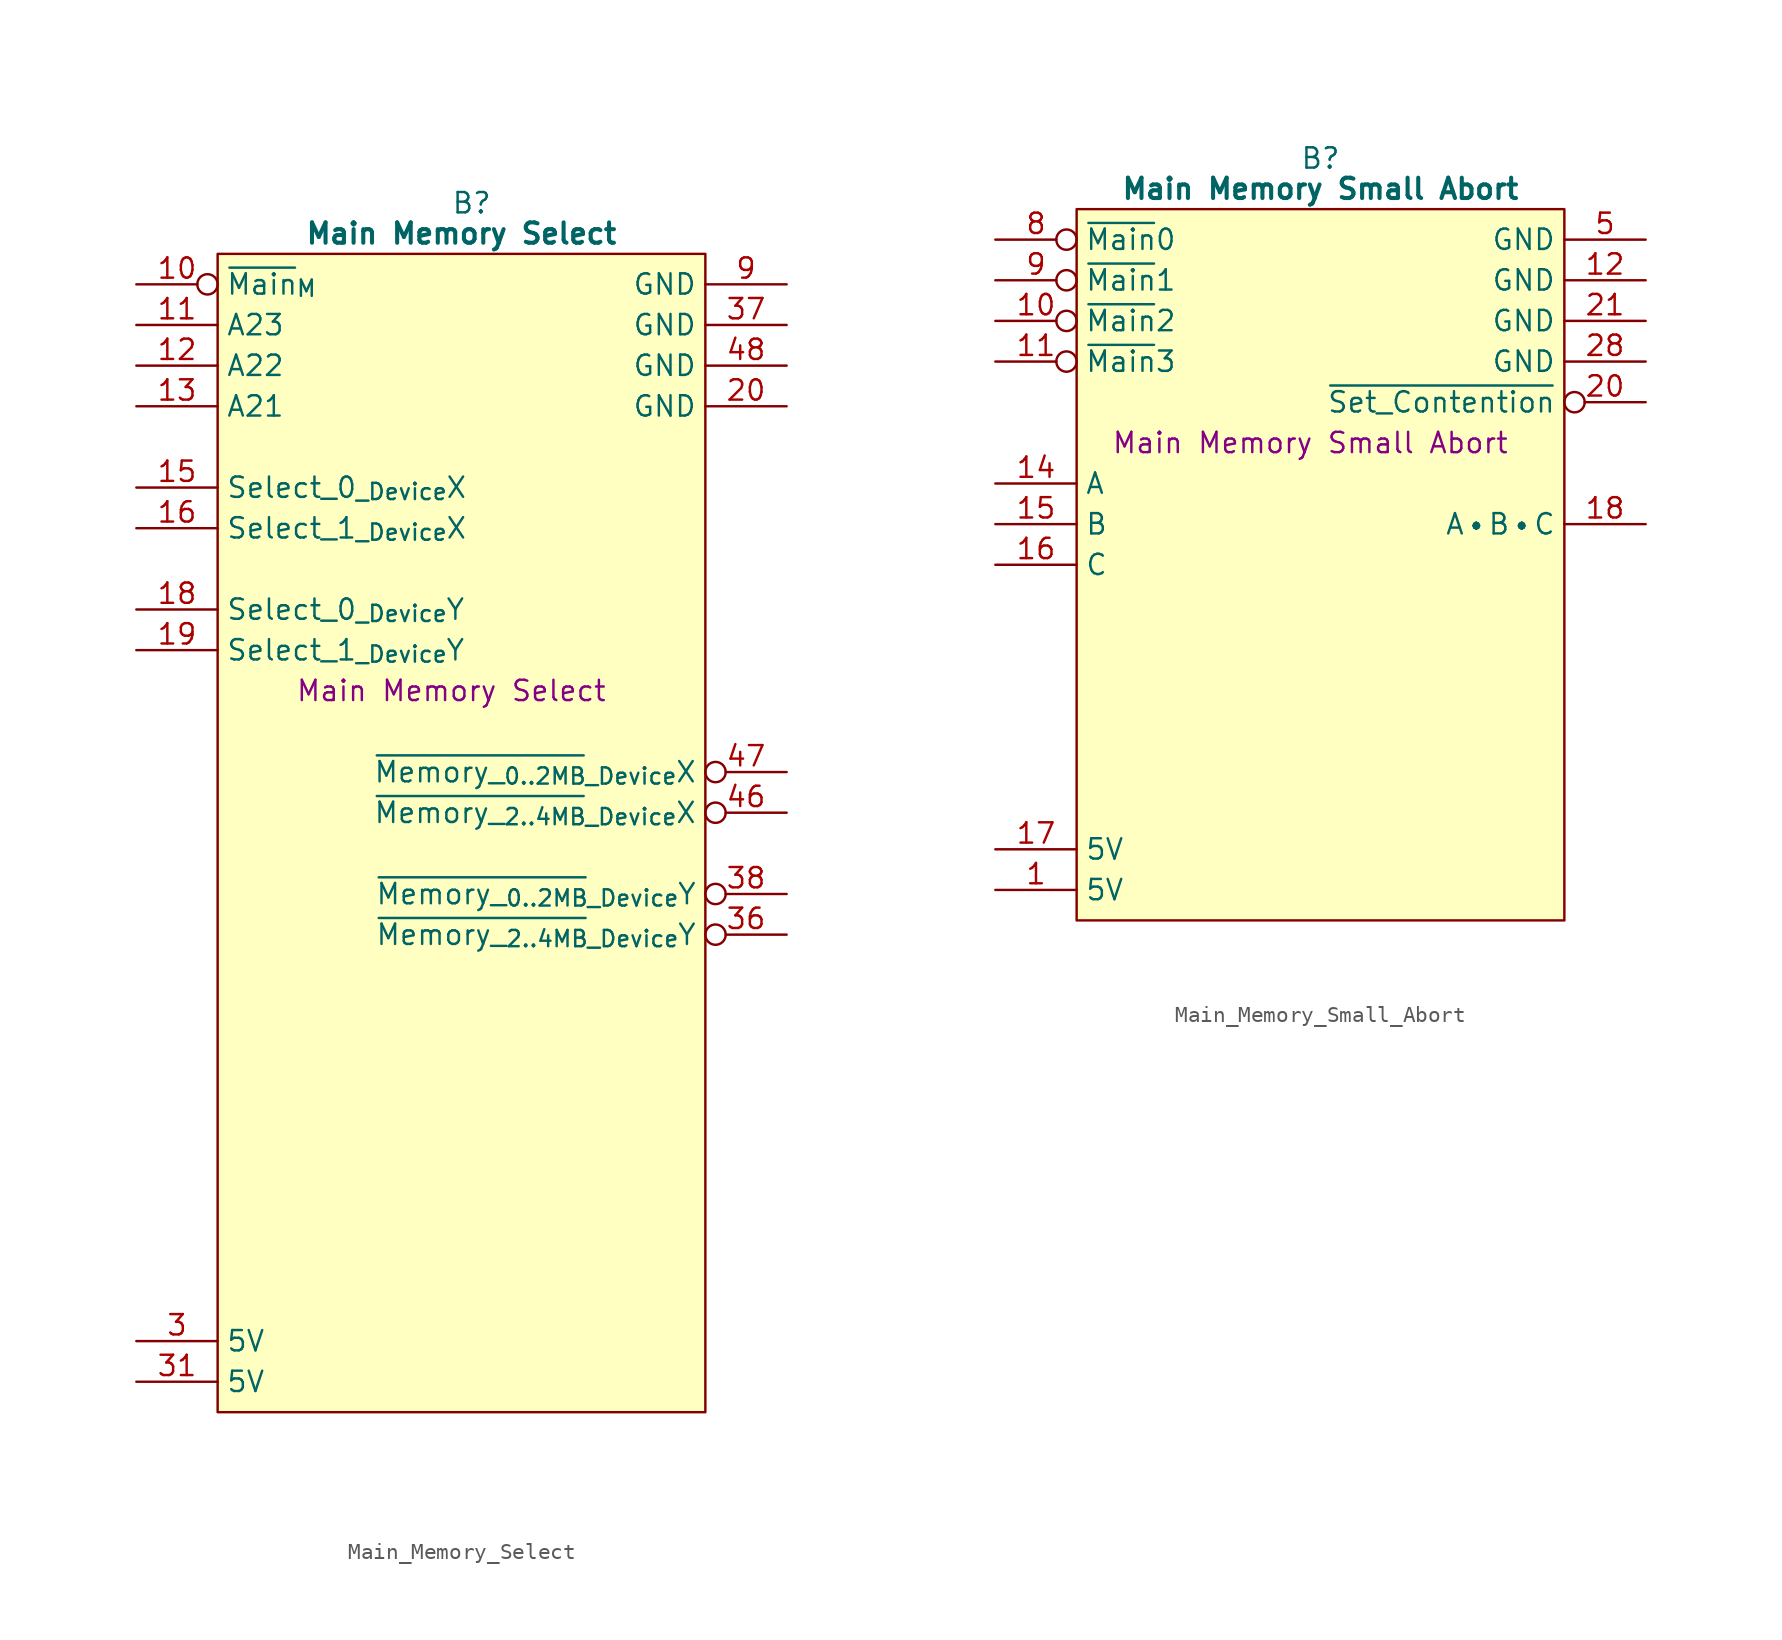
<source format=kicad_sym>
(kicad_symbol_lib
  (version 20241209)
  (generator "kicad_symbol_editor")
  (generator_version "9.0")
  (symbol "Main_Memory_Select"
    (property "Reference" "B"
      (at 15.875 5.08 0)
      (effects (font (size 1.27 1.27))))
    (property "Value" "Main Memory Select"
      (at 15.24 3.175 0)
      (effects (font (size 1.27 1.27) (bold yes))))
    (property "Description" "Main Memory Select"
      (at 14.605 -25.4 0)
      (effects (font (size 1.27 1.27))))
    (symbol "Main_Memory_Select_0_1"
      (polyline (pts (xy 0 1.905) (xy 30.48 1.905) (xy 30.48 -70.485) (xy 0 -70.485) (xy 0 1.905)) (stroke (width 0.152) (type default)) (fill (type background))))
    (symbol "Main_Memory_Select_1_0"
      (pin no_connect line (at -5.08 -10.16 0) (length 5.08) (hide yes) (name "N.C." (effects (font (size 1.27 1.27)))) (number "33" (effects (font (size 1.27 1.27)))))
      (pin no_connect line (at -5.08 -17.78 0) (length 5.08) (hide yes) (name "N.C." (effects (font (size 1.27 1.27)))) (number "32" (effects (font (size 1.27 1.27)))))
      (pin passive line (at 35.56 -2.54 180) (length 5.08) (name "GND" (effects (font (size 1.27 1.27)))) (number "37" (effects (font (size 1.27 1.27)))))
      (pin no_connect line (at 35.56 -17.78 180) (length 5.08) (hide yes) (name "N.C." (effects (font (size 1.27 1.27)))) (number "34" (effects (font (size 1.27 1.27)))))
      (pin no_connect line (at 35.56 -20.32 180) (length 5.08) (hide yes) (name "N.C." (effects (font (size 1.27 1.27)))) (number "54" (effects (font (size 1.27 1.27)))))
      (pin no_connect line (at 35.56 -22.86 180) (length 5.08) (hide yes) (name "N.C." (effects (font (size 1.27 1.27)))) (number "56" (effects (font (size 1.27 1.27)))))
      (pin output inverted (at 35.56 -38.1 180) (length 5.08) (name "~{Memory__{0..2MB}}_{_Device}Y" (effects (font (size 1.27 1.27)))) (number "38" (effects (font (size 1.27 1.27)))))
      (pin output inverted (at 35.56 -40.64 180) (length 5.08) (name "~{Memory__{2..4MB}}_{_Device}Y" (effects (font (size 1.27 1.27)))) (number "36" (effects (font (size 1.27 1.27)))))
      (pin no_connect line (at 35.56 -43.18 180) (length 5.08) (hide yes) (name "N.C." (effects (font (size 1.27 1.27)))) (number "39" (effects (font (size 1.27 1.27)))))
      (pin no_connect line (at 35.56 -50.8 180) (length 5.08) (hide yes) (name "N.C." (effects (font (size 1.27 1.27)))) (number "45" (effects (font (size 1.27 1.27))))))
    (symbol "Main_Memory_Select_1_1"
      (pin input inverted (at -5.08 0 0) (length 5.08) (name "~{Main}_{M}" (effects (font (size 1.27 1.27)))) (number "10" (effects (font (size 1.27 1.27)))))
      (pin input line (at -5.08 -2.54 0) (length 5.08) (name "A23" (effects (font (size 1.27 1.27)))) (number "11" (effects (font (size 1.27 1.27)))))
      (pin input line (at -5.08 -5.08 0) (length 5.08) (name "A22" (effects (font (size 1.27 1.27)))) (number "12" (effects (font (size 1.27 1.27)))))
      (pin input line (at -5.08 -7.62 0) (length 5.08) (name "A21" (effects (font (size 1.27 1.27)))) (number "13" (effects (font (size 1.27 1.27)))))
      (pin input line (at -5.08 -12.7 0) (length 5.08) (name "Select_0_{_Device}X" (effects (font (size 1.27 1.27)))) (number "15" (effects (font (size 1.27 1.27)))))
      (pin input line (at -5.08 -15.24 0) (length 5.08) (name "Select_1_{_Device}X" (effects (font (size 1.27 1.27)))) (number "16" (effects (font (size 1.27 1.27)))))
      (pin input line (at -5.08 -20.32 0) (length 5.08) (name "Select_0_{_Device}Y" (effects (font (size 1.27 1.27)))) (number "18" (effects (font (size 1.27 1.27)))))
      (pin input line (at -5.08 -22.86 0) (length 5.08) (name "Select_1_{_Device}Y" (effects (font (size 1.27 1.27)))) (number "19" (effects (font (size 1.27 1.27)))))
      (pin no_connect line (at -5.08 -25.4 0) (length 5.08) (hide yes) (name "N.C." (effects (font (size 1.27 1.27)))) (number "1" (effects (font (size 1.27 1.27)))))
      (pin no_connect line (at -5.08 -27.94 0) (length 5.08) (hide yes) (name "N.C." (effects (font (size 1.27 1.27)))) (number "2" (effects (font (size 1.27 1.27)))))
      (pin no_connect line (at -5.08 -30.48 0) (length 5.08) (hide yes) (name "N.C." (effects (font (size 1.27 1.27)))) (number "4" (effects (font (size 1.27 1.27)))))
      (pin no_connect line (at -5.08 -33.02 0) (length 5.08) (hide yes) (name "N.C." (effects (font (size 1.27 1.27)))) (number "5" (effects (font (size 1.27 1.27)))))
      (pin no_connect line (at -5.08 -35.56 0) (length 5.08) (hide yes) (name "N.C." (effects (font (size 1.27 1.27)))) (number "6" (effects (font (size 1.27 1.27)))))
      (pin no_connect line (at -5.08 -38.1 0) (length 5.08) (hide yes) (name "N.C." (effects (font (size 1.27 1.27)))) (number "7" (effects (font (size 1.27 1.27)))))
      (pin no_connect line (at -5.08 -40.64 0) (length 5.08) (hide yes) (name "N.C." (effects (font (size 1.27 1.27)))) (number "8" (effects (font (size 1.27 1.27)))))
      (pin no_connect line (at -5.08 -43.18 0) (length 5.08) (hide yes) (name "N.C." (effects (font (size 1.27 1.27)))) (number "14" (effects (font (size 1.27 1.27)))))
      (pin no_connect line (at -5.08 -45.72 0) (length 5.08) (hide yes) (name "N.C." (effects (font (size 1.27 1.27)))) (number "17" (effects (font (size 1.27 1.27)))))
      (pin no_connect line (at -5.08 -48.26 0) (length 5.08) (hide yes) (name "N.C." (effects (font (size 1.27 1.27)))) (number "21" (effects (font (size 1.27 1.27)))))
      (pin no_connect line (at -5.08 -50.8 0) (length 5.08) (hide yes) (name "N.C." (effects (font (size 1.27 1.27)))) (number "22" (effects (font (size 1.27 1.27)))))
      (pin no_connect line (at -5.08 -53.34 0) (length 5.08) (hide yes) (name "N.C." (effects (font (size 1.27 1.27)))) (number "24" (effects (font (size 1.27 1.27)))))
      (pin no_connect line (at -5.08 -55.88 0) (length 5.08) (hide yes) (name "N.C." (effects (font (size 1.27 1.27)))) (number "25" (effects (font (size 1.27 1.27)))))
      (pin no_connect line (at -5.08 -58.42 0) (length 5.08) (hide yes) (name "N.C." (effects (font (size 1.27 1.27)))) (number "26" (effects (font (size 1.27 1.27)))))
      (pin no_connect line (at -5.08 -60.96 0) (length 5.08) (hide yes) (name "N.C." (effects (font (size 1.27 1.27)))) (number "27" (effects (font (size 1.27 1.27)))))
      (pin no_connect line (at -5.08 -63.5 0) (length 5.08) (hide yes) (name "N.C." (effects (font (size 1.27 1.27)))) (number "28" (effects (font (size 1.27 1.27)))))
      (pin passive line (at -5.08 -66.04 0) (length 5.08) (name "5V" (effects (font (size 1.27 1.27)))) (number "3" (effects (font (size 1.27 1.27)))))
      (pin passive line (at -5.08 -68.58 0) (length 5.08) (name "5V" (effects (font (size 1.27 1.27)))) (number "31" (effects (font (size 1.27 1.27)))))
      (pin passive line (at 35.56 0 180) (length 5.08) (name "GND" (effects (font (size 1.27 1.27)))) (number "9" (effects (font (size 1.27 1.27)))))
      (pin passive line (at 35.56 -5.08 180) (length 5.08) (name "GND" (effects (font (size 1.27 1.27)))) (number "48" (effects (font (size 1.27 1.27)))))
      (pin passive line (at 35.56 -7.62 180) (length 5.08) (name "GND" (effects (font (size 1.27 1.27)))) (number "20" (effects (font (size 1.27 1.27)))))
      (pin no_connect line (at 35.56 -10.16 180) (length 5.08) (hide yes) (name "N.C." (effects (font (size 1.27 1.27)))) (number "23" (effects (font (size 1.27 1.27)))))
      (pin no_connect line (at 35.56 -12.7 180) (length 5.08) (hide yes) (name "N.C." (effects (font (size 1.27 1.27)))) (number "42" (effects (font (size 1.27 1.27)))))
      (pin no_connect line (at 35.56 -15.24 180) (length 5.08) (hide yes) (name "N.C." (effects (font (size 1.27 1.27)))) (number "55" (effects (font (size 1.27 1.27)))))
      (pin no_connect line (at 35.56 -25.4 180) (length 5.08) (hide yes) (name "N.C." (effects (font (size 1.27 1.27)))) (number "41" (effects (font (size 1.27 1.27)))))
      (pin no_connect line (at 35.56 -27.94 180) (length 5.08) (hide yes) (name "N.C." (effects (font (size 1.27 1.27)))) (number "43" (effects (font (size 1.27 1.27)))))
      (pin output inverted (at 35.56 -30.48 180) (length 5.08) (name "~{Memory__{0..2MB}}_{_Device}X" (effects (font (size 1.27 1.27)))) (number "47" (effects (font (size 1.27 1.27)))))
      (pin output inverted (at 35.56 -33.02 180) (length 5.08) (name "~{Memory__{2..4MB}}_{_Device}X" (effects (font (size 1.27 1.27)))) (number "46" (effects (font (size 1.27 1.27)))))
      (pin no_connect line (at 35.56 -35.56 180) (length 5.08) (hide yes) (name "N.C." (effects (font (size 1.27 1.27)))) (number "35" (effects (font (size 1.27 1.27)))))
      (pin no_connect line (at 35.56 -45.72 180) (length 5.08) (hide yes) (name "N.C." (effects (font (size 1.27 1.27)))) (number "40" (effects (font (size 1.27 1.27)))))
      (pin no_connect line (at 35.56 -48.26 180) (length 5.08) (hide yes) (name "N.C." (effects (font (size 1.27 1.27)))) (number "44" (effects (font (size 1.27 1.27)))))
      (pin no_connect line (at 35.56 -53.34 180) (length 5.08) (hide yes) (name "N.C." (effects (font (size 1.27 1.27)))) (number "49" (effects (font (size 1.27 1.27)))))
      (pin no_connect line (at 35.56 -55.88 180) (length 5.08) (hide yes) (name "N.C." (effects (font (size 1.27 1.27)))) (number "50" (effects (font (size 1.27 1.27)))))
      (pin no_connect line (at 35.56 -58.42 180) (length 5.08) (hide yes) (name "N.C." (effects (font (size 1.27 1.27)))) (number "51" (effects (font (size 1.27 1.27)))))
      (pin no_connect line (at 35.56 -60.96 180) (length 5.08) (hide yes) (name "N.C." (effects (font (size 1.27 1.27)))) (number "52" (effects (font (size 1.27 1.27)))))
      (pin no_connect line (at 35.56 -63.5 180) (length 5.08) (hide yes) (name "N.C." (effects (font (size 1.27 1.27)))) (number "53" (effects (font (size 1.27 1.27)))))
      (pin no_connect line (at 35.56 -66.04 180) (length 5.08) (hide yes) (name "N.C." (effects (font (size 1.27 1.27)))) (number "29" (effects (font (size 1.27 1.27)))))
      (pin no_connect line (at 35.56 -68.58 180) (length 5.08) (hide yes) (name "N.C." (effects (font (size 1.27 1.27)))) (number "30" (effects (font (size 1.27 1.27)))))))
  (symbol "Main_Memory_Small_Abort"
    (property "Reference" "B"
      (at 15.24 5.08 0)
      (effects (font (size 1.27 1.27))))
    (property "Value" "Main Memory Small Abort"
      (at 15.24 3.175 0)
      (effects (font (size 1.27 1.27) (bold yes))))
    (property "Description" "Main Memory Small Abort"
      (at 14.605 -12.7 0)
      (effects (font (size 1.27 1.27))))
    (symbol "Main_Memory_Small_Abort_0_1"
      (polyline (pts (xy 0 1.905) (xy 30.48 1.905) (xy 30.48 -42.545) (xy 0 -42.545) (xy 0 1.905)) (stroke (width 0.152) (type default)) (fill (type background))))
    (symbol "Main_Memory_Small_Abort_1_0"
      (pin no_connect line (at 35.56 -40.64 180) (length 5.08) (hide yes) (name "N.C." (effects (font (size 1.27 1.27)))) (number "32" (effects (font (size 1.27 1.27))))))
    (symbol "Main_Memory_Small_Abort_1_1"
      (pin input inverted (at -5.08 0 0) (length 5.08) (name "~{Main}0" (effects (font (size 1.27 1.27)))) (number "8" (effects (font (size 1.27 1.27)))))
      (pin input inverted (at -5.08 -2.54 0) (length 5.08) (name "~{Main}1" (effects (font (size 1.27 1.27)))) (number "9" (effects (font (size 1.27 1.27)))))
      (pin input inverted (at -5.08 -5.08 0) (length 5.08) (name "~{Main}2" (effects (font (size 1.27 1.27)))) (number "10" (effects (font (size 1.27 1.27)))))
      (pin input inverted (at -5.08 -7.62 0) (length 5.08) (name "~{Main}3" (effects (font (size 1.27 1.27)))) (number "11" (effects (font (size 1.27 1.27)))))
      (pin no_connect line (at -5.08 -10.16 0) (length 5.08) (hide yes) (name "N.C." (effects (font (size 1.27 1.27)))) (number "2" (effects (font (size 1.27 1.27)))))
      (pin input line (at -5.08 -15.24 0) (length 5.08) (name "A" (effects (font (size 1.27 1.27)))) (number "14" (effects (font (size 1.27 1.27)))))
      (pin input line (at -5.08 -17.78 0) (length 5.08) (name "B" (effects (font (size 1.27 1.27)))) (number "15" (effects (font (size 1.27 1.27)))))
      (pin input line (at -5.08 -20.32 0) (length 5.08) (name "C" (effects (font (size 1.27 1.27)))) (number "16" (effects (font (size 1.27 1.27)))))
      (pin no_connect line (at -5.08 -22.86 0) (length 5.08) (hide yes) (name "N.C." (effects (font (size 1.27 1.27)))) (number "6" (effects (font (size 1.27 1.27)))))
      (pin no_connect line (at -5.08 -25.4 0) (length 5.08) (hide yes) (name "N.C." (effects (font (size 1.27 1.27)))) (number "7" (effects (font (size 1.27 1.27)))))
      (pin no_connect line (at -5.08 -27.94 0) (length 5.08) (hide yes) (name "N.C." (effects (font (size 1.27 1.27)))) (number "13" (effects (font (size 1.27 1.27)))))
      (pin no_connect line (at -5.08 -30.48 0) (length 5.08) (hide yes) (name "N.C." (effects (font (size 1.27 1.27)))) (number "19" (effects (font (size 1.27 1.27)))))
      (pin no_connect line (at -5.08 -33.02 0) (length 5.08) (hide yes) (name "N.C." (effects (font (size 1.27 1.27)))) (number "22" (effects (font (size 1.27 1.27)))))
      (pin no_connect line (at -5.08 -35.56 0) (length 5.08) (hide yes) (name "N.C." (effects (font (size 1.27 1.27)))) (number "23" (effects (font (size 1.27 1.27)))))
      (pin passive line (at -5.08 -38.1 0) (length 5.08) (name "5V" (effects (font (size 1.27 1.27)))) (number "17" (effects (font (size 1.27 1.27)))))
      (pin passive line (at -5.08 -40.64 0) (length 5.08) (name "5V" (effects (font (size 1.27 1.27)))) (number "1" (effects (font (size 1.27 1.27)))))
      (pin passive line (at 35.56 0 180) (length 5.08) (name "GND" (effects (font (size 1.27 1.27)))) (number "5" (effects (font (size 1.27 1.27)))))
      (pin passive line (at 35.56 -2.54 180) (length 5.08) (name "GND" (effects (font (size 1.27 1.27)))) (number "12" (effects (font (size 1.27 1.27)))))
      (pin passive line (at 35.56 -5.08 180) (length 5.08) (name "GND" (effects (font (size 1.27 1.27)))) (number "21" (effects (font (size 1.27 1.27)))))
      (pin passive line (at 35.56 -7.62 180) (length 5.08) (name "GND" (effects (font (size 1.27 1.27)))) (number "28" (effects (font (size 1.27 1.27)))))
      (pin output inverted (at 35.56 -10.16 180) (length 5.08) (name "~{Set_Contention}" (effects (font (size 1.27 1.27)))) (number "20" (effects (font (size 1.27 1.27)))))
      (pin no_connect line (at 35.56 -15.24 180) (length 5.08) (hide yes) (name "N.C." (effects (font (size 1.27 1.27)))) (number "3" (effects (font (size 1.27 1.27)))))
      (pin output line (at 35.56 -17.78 180) (length 5.08) (name "A•B•C" (effects (font (size 1.27 1.27)))) (number "18" (effects (font (size 1.27 1.27)))))
      (pin no_connect line (at 35.56 -20.32 180) (length 5.08) (hide yes) (name "N.C." (effects (font (size 1.27 1.27)))) (number "4" (effects (font (size 1.27 1.27)))))
      (pin no_connect line (at 35.56 -22.86 180) (length 5.08) (hide yes) (name "N.C." (effects (font (size 1.27 1.27)))) (number "24" (effects (font (size 1.27 1.27)))))
      (pin no_connect line (at 35.56 -25.4 180) (length 5.08) (hide yes) (name "N.C." (effects (font (size 1.27 1.27)))) (number "25" (effects (font (size 1.27 1.27)))))
      (pin no_connect line (at 35.56 -27.94 180) (length 5.08) (hide yes) (name "N.C." (effects (font (size 1.27 1.27)))) (number "26" (effects (font (size 1.27 1.27)))))
      (pin no_connect line (at 35.56 -30.48 180) (length 5.08) (hide yes) (name "N.C." (effects (font (size 1.27 1.27)))) (number "27" (effects (font (size 1.27 1.27)))))
      (pin no_connect line (at 35.56 -33.02 180) (length 5.08) (hide yes) (name "N.C." (effects (font (size 1.27 1.27)))) (number "29" (effects (font (size 1.27 1.27)))))
      (pin no_connect line (at 35.56 -35.56 180) (length 5.08) (hide yes) (name "N.C." (effects (font (size 1.27 1.27)))) (number "30" (effects (font (size 1.27 1.27)))))
      (pin no_connect line (at 35.56 -38.1 180) (length 5.08) (hide yes) (name "N.C." (effects (font (size 1.27 1.27)))) (number "31" (effects (font (size 1.27 1.27))))))))
</source>
